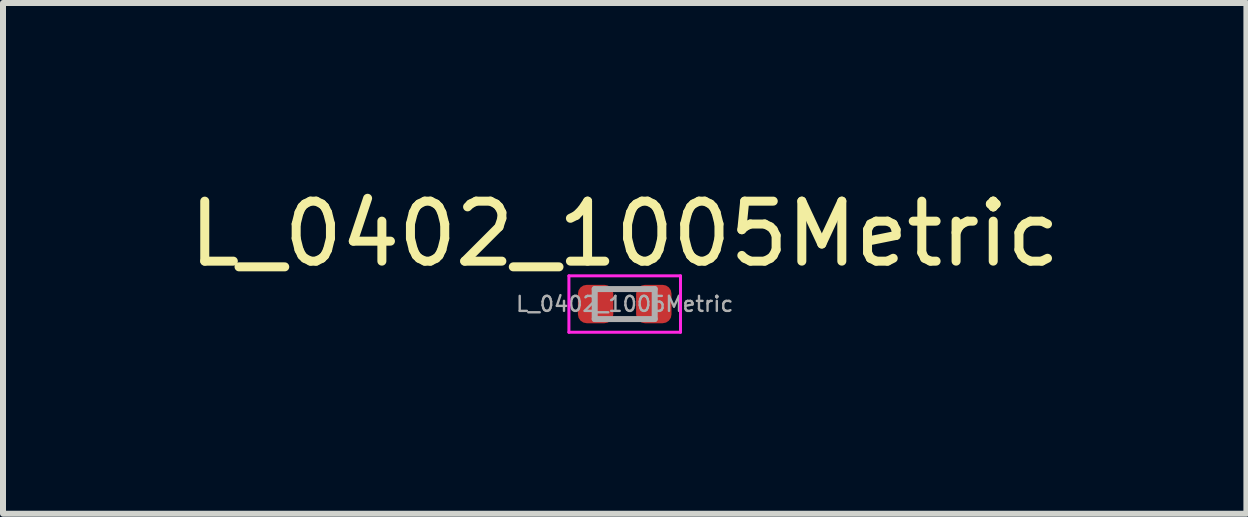
<source format=kicad_pcb>
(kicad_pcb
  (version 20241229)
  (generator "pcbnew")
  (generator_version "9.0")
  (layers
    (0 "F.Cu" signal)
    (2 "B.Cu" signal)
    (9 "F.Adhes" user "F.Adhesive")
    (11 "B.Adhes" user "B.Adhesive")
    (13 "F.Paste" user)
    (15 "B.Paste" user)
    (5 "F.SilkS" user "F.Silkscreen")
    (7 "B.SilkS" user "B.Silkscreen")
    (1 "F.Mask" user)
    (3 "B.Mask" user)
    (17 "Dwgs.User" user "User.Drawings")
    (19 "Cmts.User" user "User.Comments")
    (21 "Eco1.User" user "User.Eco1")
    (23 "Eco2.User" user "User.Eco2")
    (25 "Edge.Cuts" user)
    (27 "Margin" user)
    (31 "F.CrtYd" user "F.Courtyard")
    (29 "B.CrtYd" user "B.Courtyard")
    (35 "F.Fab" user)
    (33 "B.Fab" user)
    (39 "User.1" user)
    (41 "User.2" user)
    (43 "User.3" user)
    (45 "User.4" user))
  (footprint "L_0402_1005Metric"
    (layer "F.Cu")
    (at 7.363 2.018)
    (property "Reference" "L_0402_1005Metric" (at 0 -1.17 0) (layer "F.SilkS") (effects (font (size 1 1) (thickness 0.15))))
    (attr smd)
    (fp_line (start -0.93 -0.47) (end 0.93 -0.47) (stroke (width 0.05) (type solid)) (layer "F.CrtYd"))
    (fp_line (start -0.93 0.47) (end -0.93 -0.47) (stroke (width 0.05) (type solid)) (layer "F.CrtYd"))
    (fp_line (start 0.93 -0.47) (end 0.93 0.47) (stroke (width 0.05) (type solid)) (layer "F.CrtYd"))
    (fp_line (start 0.93 0.47) (end -0.93 0.47) (stroke (width 0.05) (type solid)) (layer "F.CrtYd"))
    (fp_line (start -0.5 -0.25) (end 0.5 -0.25) (stroke (width 0.1) (type solid)) (layer "F.Fab"))
    (fp_line (start -0.5 0.25) (end -0.5 -0.25) (stroke (width 0.1) (type solid)) (layer "F.Fab"))
    (fp_line (start 0.5 -0.25) (end 0.5 0.25) (stroke (width 0.1) (type solid)) (layer "F.Fab"))
    (fp_line (start 0.5 0.25) (end -0.5 0.25) (stroke (width 0.1) (type solid)) (layer "F.Fab"))
    (fp_text user "${REFERENCE}" (at 0 0 0) (layer "F.Fab") (effects (font (size 0.25 0.25) (thickness 0.04))))
    (pad "1" smd roundrect (at -0.485 0) (size 0.59 0.64) (layers "F.Cu" "F.Mask" "F.Paste") (roundrect_rratio 0.25))
    (pad "2" smd roundrect (at 0.485 0) (size 0.59 0.64) (layers "F.Cu" "F.Mask" "F.Paste") (roundrect_rratio 0.25)))
  (gr_rect
    (start -3 -3)
    (end 17.726 5.513)
    (stroke (width 0.1) (type default))
    (fill no)
    (layer "Edge.Cuts")))
</source>
